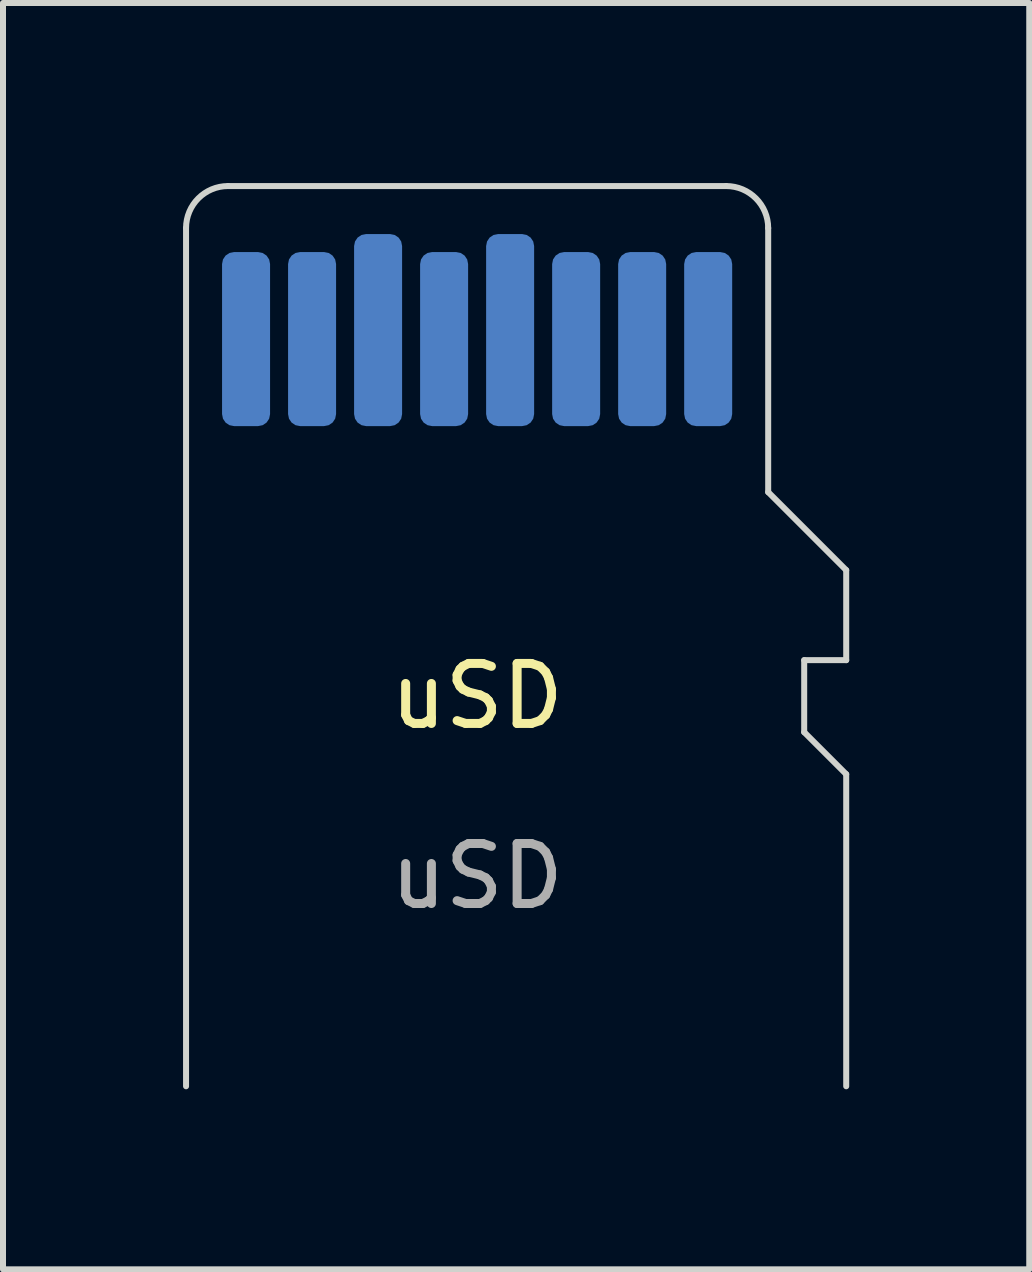
<source format=kicad_pcb>
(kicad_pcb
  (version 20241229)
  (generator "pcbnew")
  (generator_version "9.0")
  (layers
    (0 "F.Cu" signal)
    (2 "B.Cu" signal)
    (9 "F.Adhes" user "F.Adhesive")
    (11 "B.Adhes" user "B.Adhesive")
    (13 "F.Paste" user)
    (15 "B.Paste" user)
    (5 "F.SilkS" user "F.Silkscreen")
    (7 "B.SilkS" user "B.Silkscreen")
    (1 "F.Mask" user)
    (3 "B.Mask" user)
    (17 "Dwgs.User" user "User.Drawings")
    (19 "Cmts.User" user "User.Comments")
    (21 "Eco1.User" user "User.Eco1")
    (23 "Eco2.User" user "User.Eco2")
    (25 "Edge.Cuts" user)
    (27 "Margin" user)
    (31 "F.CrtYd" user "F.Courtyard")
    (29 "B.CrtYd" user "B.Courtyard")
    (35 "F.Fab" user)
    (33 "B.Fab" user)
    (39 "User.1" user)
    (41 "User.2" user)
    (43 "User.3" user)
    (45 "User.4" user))
  (footprint "uSD"
    (layer "F.Cu")
    (at 4.9 9.05)
    (property "Reference" "uSD" (at 0 -0.5 0) (unlocked yes) (layer "F.SilkS") (effects (font (size 1 1) (thickness 0.15))))
    (attr smd)
    (fp_line (start -4.85 6) (end -4.85 -8.3) (stroke (width 0.1) (type solid)) (layer "Edge.Cuts"))
    (fp_line (start -4.15 -9) (end 4.15 -9) (stroke (width 0.1) (type solid)) (layer "Edge.Cuts"))
    (fp_line (start -4.15 -9) (end -4.15 -9) (stroke (width 0.05) (type solid)) (layer "Edge.Cuts"))
    (fp_line (start 4.85 -8.3) (end 4.85 -8.3) (stroke (width 0.05) (type solid)) (layer "Edge.Cuts"))
    (fp_line (start 4.85 -8.3) (end 4.85 -3.9) (stroke (width 0.1) (type solid)) (layer "Edge.Cuts"))
    (fp_line (start 4.85 -3.9) (end 6.15 -2.6) (stroke (width 0.1) (type solid)) (layer "Edge.Cuts"))
    (fp_line (start 5.45 -1.1) (end 5.45 0.1) (stroke (width 0.1) (type solid)) (layer "Edge.Cuts"))
    (fp_line (start 5.45 0.1) (end 6.15 0.8) (stroke (width 0.1) (type solid)) (layer "Edge.Cuts"))
    (fp_line (start 6.15 -2.6) (end 6.15 -1.1) (stroke (width 0.1) (type solid)) (layer "Edge.Cuts"))
    (fp_line (start 6.15 -1.1) (end 5.45 -1.1) (stroke (width 0.1) (type solid)) (layer "Edge.Cuts"))
    (fp_line (start 6.15 0.8) (end 6.15 6) (stroke (width 0.1) (type solid)) (layer "Edge.Cuts"))
    (fp_arc (start -4.849993 -8.299998) (mid -4.644967 -8.794972) (end -4.149993 -8.999998) (stroke (width 0.1) (type solid)) (layer "Edge.Cuts"))
    (fp_arc (start 4.150005 -8.999998) (mid 4.644979 -8.794972) (end 4.850005 -8.299998) (stroke (width 0.1) (type solid)) (layer "Edge.Cuts"))
    (fp_text user "${REFERENCE}" (at 0 2.5 0) (unlocked yes) (layer "F.Fab") (effects (font (size 1 1) (thickness 0.15))))
    (pad "1" smd roundrect (at 3.85 -6.45) (size 0.8 2.9) (layers "B.Cu" "B.Mask" "B.Paste") (roundrect_rratio 0.25))
    (pad "2" smd roundrect (at 2.75 -6.45) (size 0.8 2.9) (layers "B.Cu" "B.Mask" "B.Paste") (roundrect_rratio 0.25))
    (pad "3" smd roundrect (at 1.65 -6.45) (size 0.8 2.9) (layers "B.Cu" "B.Mask" "B.Paste") (roundrect_rratio 0.25))
    (pad "4" smd roundrect (at 0.55 -6.6) (size 0.8 3.2) (layers "B.Cu" "B.Mask" "B.Paste") (roundrect_rratio 0.25))
    (pad "5" smd roundrect (at -0.55 -6.45) (size 0.8 2.9) (layers "B.Cu" "B.Mask" "B.Paste") (roundrect_rratio 0.25))
    (pad "6" smd roundrect (at -1.65 -6.6) (size 0.8 3.2) (layers "B.Cu" "B.Mask" "B.Paste") (roundrect_rratio 0.25))
    (pad "7" smd roundrect (at -2.75 -6.45) (size 0.8 2.9) (layers "B.Cu" "B.Mask" "B.Paste") (roundrect_rratio 0.25))
    (pad "8" smd roundrect (at -3.85 -6.45) (size 0.8 2.9) (layers "B.Cu" "B.Mask" "B.Paste") (roundrect_rratio 0.25)))
  (gr_rect
    (start -3 -3)
    (end 14.1 18.1)
    (stroke (width 0.1) (type default))
    (fill no)
    (layer "Edge.Cuts")))
</source>
